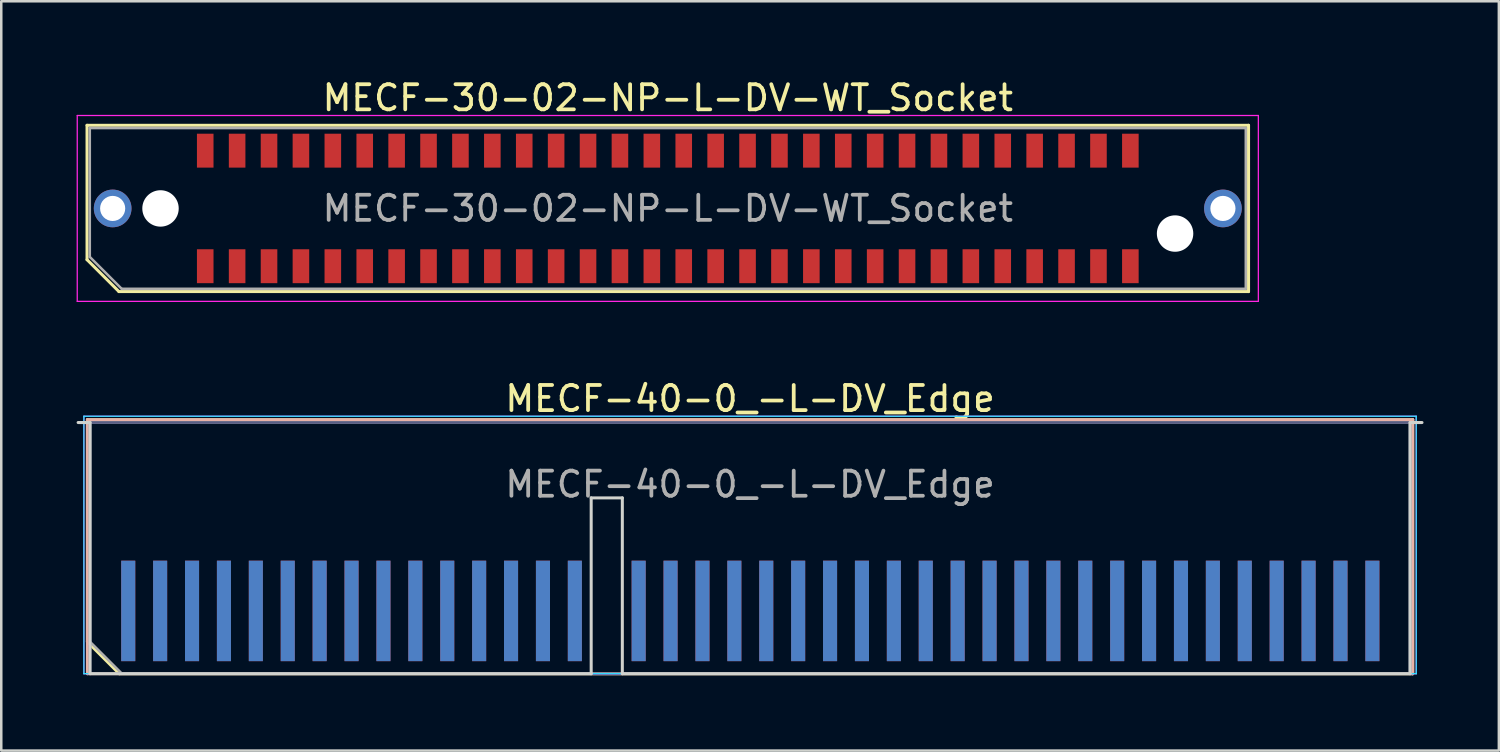
<source format=kicad_pcb>
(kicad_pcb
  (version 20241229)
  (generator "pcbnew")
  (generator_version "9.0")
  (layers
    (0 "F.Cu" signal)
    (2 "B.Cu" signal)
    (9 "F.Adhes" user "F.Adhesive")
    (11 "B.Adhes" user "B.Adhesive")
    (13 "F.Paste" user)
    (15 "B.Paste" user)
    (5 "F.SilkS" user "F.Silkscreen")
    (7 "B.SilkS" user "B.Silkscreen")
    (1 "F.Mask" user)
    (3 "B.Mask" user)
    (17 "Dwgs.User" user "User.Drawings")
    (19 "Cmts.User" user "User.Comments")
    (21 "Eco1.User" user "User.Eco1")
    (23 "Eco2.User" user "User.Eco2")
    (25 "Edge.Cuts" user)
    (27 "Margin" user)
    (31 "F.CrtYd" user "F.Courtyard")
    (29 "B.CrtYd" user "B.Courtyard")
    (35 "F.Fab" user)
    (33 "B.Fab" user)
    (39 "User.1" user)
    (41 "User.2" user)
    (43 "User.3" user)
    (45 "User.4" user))
  (footprint "MECF-40-0_-L-DV_Edge"
    (layer "F.Cu")
    (at 26.81 18.771)
    (property "Reference" "MECF-40-0_-L-DV_Edge" (at 0 -5.95 0) (layer "F.SilkS") (effects (font (size 1 1) (thickness 0.15))))
    (attr exclude_from_pos_files exclude_from_bom)
    (fp_line (start -26.38 -5.11) (end 26.38 -5.11) (stroke (width 0.12) (type solid)) (layer "F.SilkS"))
    (fp_line (start -26.38 3.73) (end -26.38 -5.11) (stroke (width 0.12) (type solid)) (layer "F.SilkS"))
    (fp_line (start -25.11 5) (end -26.38 3.73) (stroke (width 0.12) (type solid)) (layer "F.SilkS"))
    (fp_line (start -25.11 5) (end 26.38 5) (stroke (width 0.12) (type solid)) (layer "F.SilkS"))
    (fp_line (start 26.38 5) (end 26.38 -5.11) (stroke (width 0.12) (type solid)) (layer "F.SilkS"))
    (fp_line (start -26.38 -5.11) (end 26.38 -5.11) (stroke (width 0.12) (type solid)) (layer "B.SilkS"))
    (fp_line (start -26.38 5) (end -26.38 -5.11) (stroke (width 0.12) (type solid)) (layer "B.SilkS"))
    (fp_line (start -26.38 5) (end 26.38 5) (stroke (width 0.12) (type solid)) (layer "B.SilkS"))
    (fp_line (start 26.38 5) (end 26.38 -5.11) (stroke (width 0.12) (type solid)) (layer "B.SilkS"))
    (fp_line (start -26.75 -5) (end -26.275 -5) (stroke (width 0.12) (type solid)) (layer "Edge.Cuts"))
    (fp_line (start -26.275 5) (end -26.275 -5) (stroke (width 0.12) (type solid)) (layer "Edge.Cuts"))
    (fp_line (start -26.275 5) (end -6.325 5) (stroke (width 0.12) (type solid)) (layer "Edge.Cuts"))
    (fp_line (start -6.325 -2) (end -5.085 -2) (stroke (width 0.12) (type solid)) (layer "Edge.Cuts"))
    (fp_line (start -6.325 5) (end -6.325 -2) (stroke (width 0.12) (type solid)) (layer "Edge.Cuts"))
    (fp_line (start -5.085 5) (end -5.085 -2) (stroke (width 0.12) (type solid)) (layer "Edge.Cuts"))
    (fp_line (start -5.085 5) (end 26.275 5) (stroke (width 0.12) (type solid)) (layer "Edge.Cuts"))
    (fp_line (start 26.275 5) (end 26.275 -5) (stroke (width 0.12) (type solid)) (layer "Edge.Cuts"))
    (fp_line (start 26.75 -5) (end 26.275 -5) (stroke (width 0.12) (type solid)) (layer "Edge.Cuts"))
    (fp_line (start -26.52 -5.25) (end -26.52 5) (stroke (width 0.05) (type solid)) (layer "B.CrtYd"))
    (fp_line (start -26.52 5) (end 26.52 5) (stroke (width 0.05) (type solid)) (layer "B.CrtYd"))
    (fp_line (start 26.52 -5.25) (end -26.52 -5.25) (stroke (width 0.05) (type solid)) (layer "B.CrtYd"))
    (fp_line (start 26.52 5) (end 26.52 -5.25) (stroke (width 0.05) (type solid)) (layer "B.CrtYd"))
    (fp_line (start -26.52 -5.25) (end -26.52 5) (stroke (width 0.05) (type solid)) (layer "F.CrtYd"))
    (fp_line (start -26.52 5) (end 26.52 5) (stroke (width 0.05) (type solid)) (layer "F.CrtYd"))
    (fp_line (start 26.52 -5.25) (end -26.52 -5.25) (stroke (width 0.05) (type solid)) (layer "F.CrtYd"))
    (fp_line (start 26.52 5) (end 26.52 -5.25) (stroke (width 0.05) (type solid)) (layer "F.CrtYd"))
    (fp_line (start -26.275 -5) (end 26.275 -5) (stroke (width 0.1) (type solid)) (layer "B.Fab"))
    (fp_line (start -26.275 5) (end -26.275 -5) (stroke (width 0.1) (type solid)) (layer "B.Fab"))
    (fp_line (start -26.275 5) (end 26.275 5) (stroke (width 0.1) (type solid)) (layer "B.Fab"))
    (fp_line (start 26.275 5) (end 26.275 -5) (stroke (width 0.1) (type solid)) (layer "B.Fab"))
    (fp_line (start -26.275 -5) (end 26.275 -5) (stroke (width 0.1) (type solid)) (layer "F.Fab"))
    (fp_line (start -26.275 3.73) (end -26.275 -5) (stroke (width 0.1) (type solid)) (layer "F.Fab"))
    (fp_line (start -26.275 3.73) (end -25.005 5) (stroke (width 0.1) (type solid)) (layer "F.Fab"))
    (fp_line (start -25.005 5) (end 26.275 5) (stroke (width 0.1) (type solid)) (layer "F.Fab"))
    (fp_line (start 26.275 5) (end 26.275 -5) (stroke (width 0.1) (type solid)) (layer "F.Fab"))
    (fp_text user "${REFERENCE}" (at 0 -2.54 0) (layer "F.Fab") (effects (font (size 1 1) (thickness 0.15))))
    (pad "1" smd rect (at -24.755 2.5) (size 0.56 4) (layers "F.Cu" "F.Mask" "F.Paste"))
    (pad "2" smd rect (at -24.755 2.5) (size 0.56 4) (layers "B.Cu" "B.Mask" "B.Paste"))
    (pad "3" smd rect (at -23.485 2.5) (size 0.56 4) (layers "F.Cu" "F.Mask" "F.Paste"))
    (pad "4" smd rect (at -23.485 2.5) (size 0.56 4) (layers "B.Cu" "B.Mask" "B.Paste"))
    (pad "5" smd rect (at -22.215 2.5) (size 0.56 4) (layers "F.Cu" "F.Mask" "F.Paste"))
    (pad "6" smd rect (at -22.215 2.5) (size 0.56 4) (layers "B.Cu" "B.Mask" "B.Paste"))
    (pad "7" smd rect (at -20.945 2.5) (size 0.56 4) (layers "F.Cu" "F.Mask" "F.Paste"))
    (pad "8" smd rect (at -20.945 2.5) (size 0.56 4) (layers "B.Cu" "B.Mask" "B.Paste"))
    (pad "9" smd rect (at -19.675 2.5) (size 0.56 4) (layers "F.Cu" "F.Mask" "F.Paste"))
    (pad "10" smd rect (at -19.675 2.5) (size 0.56 4) (layers "B.Cu" "B.Mask" "B.Paste"))
    (pad "11" smd rect (at -18.405 2.5) (size 0.56 4) (layers "F.Cu" "F.Mask" "F.Paste"))
    (pad "12" smd rect (at -18.405 2.5) (size 0.56 4) (layers "B.Cu" "B.Mask" "B.Paste"))
    (pad "13" smd rect (at -17.135 2.5) (size 0.56 4) (layers "F.Cu" "F.Mask" "F.Paste"))
    (pad "14" smd rect (at -17.135 2.5) (size 0.56 4) (layers "B.Cu" "B.Mask" "B.Paste"))
    (pad "15" smd rect (at -15.865 2.5) (size 0.56 4) (layers "F.Cu" "F.Mask" "F.Paste"))
    (pad "16" smd rect (at -15.865 2.5) (size 0.56 4) (layers "B.Cu" "B.Mask" "B.Paste"))
    (pad "17" smd rect (at -14.595 2.5) (size 0.56 4) (layers "F.Cu" "F.Mask" "F.Paste"))
    (pad "18" smd rect (at -14.595 2.5) (size 0.56 4) (layers "B.Cu" "B.Mask" "B.Paste"))
    (pad "19" smd rect (at -13.325 2.5) (size 0.56 4) (layers "F.Cu" "F.Mask" "F.Paste"))
    (pad "20" smd rect (at -13.325 2.5) (size 0.56 4) (layers "B.Cu" "B.Mask" "B.Paste"))
    (pad "21" smd rect (at -12.055 2.5) (size 0.56 4) (layers "F.Cu" "F.Mask" "F.Paste"))
    (pad "22" smd rect (at -12.055 2.5) (size 0.56 4) (layers "B.Cu" "B.Mask" "B.Paste"))
    (pad "23" smd rect (at -10.785 2.5) (size 0.56 4) (layers "F.Cu" "F.Mask" "F.Paste"))
    (pad "24" smd rect (at -10.785 2.5) (size 0.56 4) (layers "B.Cu" "B.Mask" "B.Paste"))
    (pad "25" smd rect (at -9.515 2.5) (size 0.56 4) (layers "F.Cu" "F.Mask" "F.Paste"))
    (pad "26" smd rect (at -9.515 2.5) (size 0.56 4) (layers "B.Cu" "B.Mask" "B.Paste"))
    (pad "27" smd rect (at -8.245 2.5) (size 0.56 4) (layers "F.Cu" "F.Mask" "F.Paste"))
    (pad "28" smd rect (at -8.245 2.5) (size 0.56 4) (layers "B.Cu" "B.Mask" "B.Paste"))
    (pad "29" smd rect (at -6.975 2.5) (size 0.56 4) (layers "F.Cu" "F.Mask" "F.Paste"))
    (pad "30" smd rect (at -6.975 2.5) (size 0.56 4) (layers "B.Cu" "B.Mask" "B.Paste"))
    (pad "33" smd rect (at -4.435 2.5) (size 0.56 4) (layers "F.Cu" "F.Mask" "F.Paste"))
    (pad "34" smd rect (at -4.435 2.5) (size 0.56 4) (layers "B.Cu" "B.Mask" "B.Paste"))
    (pad "35" smd rect (at -3.165 2.5) (size 0.56 4) (layers "F.Cu" "F.Mask" "F.Paste"))
    (pad "36" smd rect (at -3.165 2.5) (size 0.56 4) (layers "B.Cu" "B.Mask" "B.Paste"))
    (pad "37" smd rect (at -1.895 2.5) (size 0.56 4) (layers "F.Cu" "F.Mask" "F.Paste"))
    (pad "38" smd rect (at -1.895 2.5) (size 0.56 4) (layers "B.Cu" "B.Mask" "B.Paste"))
    (pad "39" smd rect (at -0.625 2.5) (size 0.56 4) (layers "F.Cu" "F.Mask" "F.Paste"))
    (pad "40" smd rect (at -0.625 2.5) (size 0.56 4) (layers "B.Cu" "B.Mask" "B.Paste"))
    (pad "41" smd rect (at 0.645 2.5) (size 0.56 4) (layers "F.Cu" "F.Mask" "F.Paste"))
    (pad "42" smd rect (at 0.645 2.5) (size 0.56 4) (layers "B.Cu" "B.Mask" "B.Paste"))
    (pad "43" smd rect (at 1.915 2.5) (size 0.56 4) (layers "F.Cu" "F.Mask" "F.Paste"))
    (pad "44" smd rect (at 1.915 2.5) (size 0.56 4) (layers "B.Cu" "B.Mask" "B.Paste"))
    (pad "45" smd rect (at 3.185 2.5) (size 0.56 4) (layers "F.Cu" "F.Mask" "F.Paste"))
    (pad "46" smd rect (at 3.185 2.5) (size 0.56 4) (layers "B.Cu" "B.Mask" "B.Paste"))
    (pad "47" smd rect (at 4.455 2.5) (size 0.56 4) (layers "F.Cu" "F.Mask" "F.Paste"))
    (pad "48" smd rect (at 4.455 2.5) (size 0.56 4) (layers "B.Cu" "B.Mask" "B.Paste"))
    (pad "49" smd rect (at 5.725 2.5) (size 0.56 4) (layers "F.Cu" "F.Mask" "F.Paste"))
    (pad "50" smd rect (at 5.725 2.5) (size 0.56 4) (layers "B.Cu" "B.Mask" "B.Paste"))
    (pad "51" smd rect (at 6.995 2.5) (size 0.56 4) (layers "F.Cu" "F.Mask" "F.Paste"))
    (pad "52" smd rect (at 6.995 2.5) (size 0.56 4) (layers "B.Cu" "B.Mask" "B.Paste"))
    (pad "53" smd rect (at 8.265 2.5) (size 0.56 4) (layers "F.Cu" "F.Mask" "F.Paste"))
    (pad "54" smd rect (at 8.265 2.5) (size 0.56 4) (layers "B.Cu" "B.Mask" "B.Paste"))
    (pad "55" smd rect (at 9.535 2.5) (size 0.56 4) (layers "F.Cu" "F.Mask" "F.Paste"))
    (pad "56" smd rect (at 9.535 2.5) (size 0.56 4) (layers "B.Cu" "B.Mask" "B.Paste"))
    (pad "57" smd rect (at 10.805 2.5) (size 0.56 4) (layers "F.Cu" "F.Mask" "F.Paste"))
    (pad "58" smd rect (at 10.805 2.5) (size 0.56 4) (layers "B.Cu" "B.Mask" "B.Paste"))
    (pad "59" smd rect (at 12.075 2.5) (size 0.56 4) (layers "F.Cu" "F.Mask" "F.Paste"))
    (pad "60" smd rect (at 12.075 2.5) (size 0.56 4) (layers "B.Cu" "B.Mask" "B.Paste"))
    (pad "61" smd rect (at 13.345 2.5) (size 0.56 4) (layers "F.Cu" "F.Mask" "F.Paste"))
    (pad "62" smd rect (at 13.345 2.5) (size 0.56 4) (layers "B.Cu" "B.Mask" "B.Paste"))
    (pad "63" smd rect (at 14.615 2.5) (size 0.56 4) (layers "F.Cu" "F.Mask" "F.Paste"))
    (pad "64" smd rect (at 14.615 2.5) (size 0.56 4) (layers "B.Cu" "B.Mask" "B.Paste"))
    (pad "65" smd rect (at 15.885 2.5) (size 0.56 4) (layers "F.Cu" "F.Mask" "F.Paste"))
    (pad "66" smd rect (at 15.885 2.5) (size 0.56 4) (layers "B.Cu" "B.Mask" "B.Paste"))
    (pad "67" smd rect (at 17.155 2.5) (size 0.56 4) (layers "F.Cu" "F.Mask" "F.Paste"))
    (pad "68" smd rect (at 17.155 2.5) (size 0.56 4) (layers "B.Cu" "B.Mask" "B.Paste"))
    (pad "69" smd rect (at 18.425 2.5) (size 0.56 4) (layers "F.Cu" "F.Mask" "F.Paste"))
    (pad "70" smd rect (at 18.425 2.5) (size 0.56 4) (layers "B.Cu" "B.Mask" "B.Paste"))
    (pad "71" smd rect (at 19.695 2.5) (size 0.56 4) (layers "F.Cu" "F.Mask" "F.Paste"))
    (pad "72" smd rect (at 19.695 2.5) (size 0.56 4) (layers "B.Cu" "B.Mask" "B.Paste"))
    (pad "73" smd rect (at 20.965 2.5) (size 0.56 4) (layers "F.Cu" "F.Mask" "F.Paste"))
    (pad "74" smd rect (at 20.965 2.5) (size 0.56 4) (layers "B.Cu" "B.Mask" "B.Paste"))
    (pad "75" smd rect (at 22.235 2.5) (size 0.56 4) (layers "F.Cu" "F.Mask" "F.Paste"))
    (pad "76" smd rect (at 22.235 2.5) (size 0.56 4) (layers "B.Cu" "B.Mask" "B.Paste"))
    (pad "77" smd rect (at 23.505 2.5) (size 0.56 4) (layers "F.Cu" "F.Mask" "F.Paste"))
    (pad "78" smd rect (at 23.505 2.5) (size 0.56 4) (layers "B.Cu" "B.Mask" "B.Paste"))
    (pad "79" smd rect (at 24.775 2.5) (size 0.56 4) (layers "F.Cu" "F.Mask" "F.Paste"))
    (pad "80" smd rect (at 24.775 2.5) (size 0.56 4) (layers "B.Cu" "B.Mask" "B.Paste")))
  (footprint "MECF-30-02-NP-L-DV-WT_Socket"
    (layer "F.Cu")
    (at 23.535 5.248)
    (property "Reference" "MECF-30-02-NP-L-DV-WT_Socket" (at 0 -4.4 0) (layer "F.SilkS") (effects (font (size 1 1) (thickness 0.15))))
    (attr smd)
    (fp_line (start -23.12 -3.31) (end 23.12 -3.31) (stroke (width 0.12) (type solid)) (layer "F.SilkS"))
    (fp_line (start -23.12 2.04) (end -23.12 -3.31) (stroke (width 0.12) (type solid)) (layer "F.SilkS"))
    (fp_line (start -21.85 3.31) (end -23.12 2.04) (stroke (width 0.12) (type solid)) (layer "F.SilkS"))
    (fp_line (start -21.85 3.31) (end 23.12 3.31) (stroke (width 0.12) (type solid)) (layer "F.SilkS"))
    (fp_line (start 23.12 3.31) (end 23.12 -3.31) (stroke (width 0.12) (type solid)) (layer "F.SilkS"))
    (fp_line (start -23.51 -3.7) (end -23.51 3.7) (stroke (width 0.05) (type solid)) (layer "F.CrtYd"))
    (fp_line (start -23.51 3.7) (end 23.51 3.7) (stroke (width 0.05) (type solid)) (layer "F.CrtYd"))
    (fp_line (start 23.51 -3.7) (end -23.51 -3.7) (stroke (width 0.05) (type solid)) (layer "F.CrtYd"))
    (fp_line (start 23.51 3.7) (end 23.51 -3.7) (stroke (width 0.05) (type solid)) (layer "F.CrtYd"))
    (fp_line (start -23.01 -3.2) (end 23.01 -3.2) (stroke (width 0.1) (type solid)) (layer "F.Fab"))
    (fp_line (start -23.01 1.93) (end -23.01 -3.2) (stroke (width 0.1) (type solid)) (layer "F.Fab"))
    (fp_line (start -23.01 1.93) (end -21.74 3.2) (stroke (width 0.1) (type solid)) (layer "F.Fab"))
    (fp_line (start -21.74 3.2) (end 23.01 3.2) (stroke (width 0.1) (type solid)) (layer "F.Fab"))
    (fp_line (start 23.01 3.2) (end 23.01 -3.2) (stroke (width 0.1) (type solid)) (layer "F.Fab"))
    (fp_text user "${REFERENCE}" (at 0 0 0) (layer "F.Fab") (effects (font (size 1 1) (thickness 0.15))))
    (pad "" thru_hole circle (at -22.1 0) (size 1.5 1.5) (drill 1) (layers "*.Cu" "*.Mask"))
    (pad "" np_thru_hole circle (at -20.195 0) (size 1.45 1.45) (drill 1.45) (layers "*.Cu" "*.Mask"))
    (pad "" np_thru_hole circle (at 20.195 1) (size 1.45 1.45) (drill 1.45) (layers "*.Cu" "*.Mask"))
    (pad "" thru_hole circle (at 22.1 0) (size 1.5 1.5) (drill 1) (layers "*.Cu" "*.Mask"))
    (pad "1" smd rect (at -18.415 2.3) (size 0.66 1.35) (layers "F.Cu" "F.Mask" "F.Paste"))
    (pad "2" smd rect (at -18.415 -2.3) (size 0.66 1.35) (layers "F.Cu" "F.Mask" "F.Paste"))
    (pad "3" smd rect (at -17.145 2.3) (size 0.66 1.35) (layers "F.Cu" "F.Mask" "F.Paste"))
    (pad "4" smd rect (at -17.145 -2.3) (size 0.66 1.35) (layers "F.Cu" "F.Mask" "F.Paste"))
    (pad "5" smd rect (at -15.875 2.3) (size 0.66 1.35) (layers "F.Cu" "F.Mask" "F.Paste"))
    (pad "6" smd rect (at -15.875 -2.3) (size 0.66 1.35) (layers "F.Cu" "F.Mask" "F.Paste"))
    (pad "7" smd rect (at -14.605 2.3) (size 0.66 1.35) (layers "F.Cu" "F.Mask" "F.Paste"))
    (pad "8" smd rect (at -14.605 -2.3) (size 0.66 1.35) (layers "F.Cu" "F.Mask" "F.Paste"))
    (pad "9" smd rect (at -13.335 2.3) (size 0.66 1.35) (layers "F.Cu" "F.Mask" "F.Paste"))
    (pad "10" smd rect (at -13.335 -2.3) (size 0.66 1.35) (layers "F.Cu" "F.Mask" "F.Paste"))
    (pad "11" smd rect (at -12.065 2.3) (size 0.66 1.35) (layers "F.Cu" "F.Mask" "F.Paste"))
    (pad "12" smd rect (at -12.065 -2.3) (size 0.66 1.35) (layers "F.Cu" "F.Mask" "F.Paste"))
    (pad "13" smd rect (at -10.795 2.3) (size 0.66 1.35) (layers "F.Cu" "F.Mask" "F.Paste"))
    (pad "14" smd rect (at -10.795 -2.3) (size 0.66 1.35) (layers "F.Cu" "F.Mask" "F.Paste"))
    (pad "15" smd rect (at -9.525 2.3) (size 0.66 1.35) (layers "F.Cu" "F.Mask" "F.Paste"))
    (pad "16" smd rect (at -9.525 -2.3) (size 0.66 1.35) (layers "F.Cu" "F.Mask" "F.Paste"))
    (pad "17" smd rect (at -8.255 2.3) (size 0.66 1.35) (layers "F.Cu" "F.Mask" "F.Paste"))
    (pad "18" smd rect (at -8.255 -2.3) (size 0.66 1.35) (layers "F.Cu" "F.Mask" "F.Paste"))
    (pad "19" smd rect (at -6.985 2.3) (size 0.66 1.35) (layers "F.Cu" "F.Mask" "F.Paste"))
    (pad "20" smd rect (at -6.985 -2.3) (size 0.66 1.35) (layers "F.Cu" "F.Mask" "F.Paste"))
    (pad "21" smd rect (at -5.715 2.3) (size 0.66 1.35) (layers "F.Cu" "F.Mask" "F.Paste"))
    (pad "22" smd rect (at -5.715 -2.3) (size 0.66 1.35) (layers "F.Cu" "F.Mask" "F.Paste"))
    (pad "23" smd rect (at -4.445 2.3) (size 0.66 1.35) (layers "F.Cu" "F.Mask" "F.Paste"))
    (pad "24" smd rect (at -4.445 -2.3) (size 0.66 1.35) (layers "F.Cu" "F.Mask" "F.Paste"))
    (pad "25" smd rect (at -3.175 2.3) (size 0.66 1.35) (layers "F.Cu" "F.Mask" "F.Paste"))
    (pad "26" smd rect (at -3.175 -2.3) (size 0.66 1.35) (layers "F.Cu" "F.Mask" "F.Paste"))
    (pad "27" smd rect (at -1.905 2.3) (size 0.66 1.35) (layers "F.Cu" "F.Mask" "F.Paste"))
    (pad "28" smd rect (at -1.905 -2.3) (size 0.66 1.35) (layers "F.Cu" "F.Mask" "F.Paste"))
    (pad "29" smd rect (at -0.635 2.3) (size 0.66 1.35) (layers "F.Cu" "F.Mask" "F.Paste"))
    (pad "30" smd rect (at -0.635 -2.3) (size 0.66 1.35) (layers "F.Cu" "F.Mask" "F.Paste"))
    (pad "31" smd rect (at 0.635 2.3) (size 0.66 1.35) (layers "F.Cu" "F.Mask" "F.Paste"))
    (pad "32" smd rect (at 0.635 -2.3) (size 0.66 1.35) (layers "F.Cu" "F.Mask" "F.Paste"))
    (pad "33" smd rect (at 1.905 2.3) (size 0.66 1.35) (layers "F.Cu" "F.Mask" "F.Paste"))
    (pad "34" smd rect (at 1.905 -2.3) (size 0.66 1.35) (layers "F.Cu" "F.Mask" "F.Paste"))
    (pad "35" smd rect (at 3.175 2.3) (size 0.66 1.35) (layers "F.Cu" "F.Mask" "F.Paste"))
    (pad "36" smd rect (at 3.175 -2.3) (size 0.66 1.35) (layers "F.Cu" "F.Mask" "F.Paste"))
    (pad "37" smd rect (at 4.445 2.3) (size 0.66 1.35) (layers "F.Cu" "F.Mask" "F.Paste"))
    (pad "38" smd rect (at 4.445 -2.3) (size 0.66 1.35) (layers "F.Cu" "F.Mask" "F.Paste"))
    (pad "39" smd rect (at 5.715 2.3) (size 0.66 1.35) (layers "F.Cu" "F.Mask" "F.Paste"))
    (pad "40" smd rect (at 5.715 -2.3) (size 0.66 1.35) (layers "F.Cu" "F.Mask" "F.Paste"))
    (pad "41" smd rect (at 6.985 2.3) (size 0.66 1.35) (layers "F.Cu" "F.Mask" "F.Paste"))
    (pad "42" smd rect (at 6.985 -2.3) (size 0.66 1.35) (layers "F.Cu" "F.Mask" "F.Paste"))
    (pad "43" smd rect (at 8.255 2.3) (size 0.66 1.35) (layers "F.Cu" "F.Mask" "F.Paste"))
    (pad "44" smd rect (at 8.255 -2.3) (size 0.66 1.35) (layers "F.Cu" "F.Mask" "F.Paste"))
    (pad "45" smd rect (at 9.525 2.3) (size 0.66 1.35) (layers "F.Cu" "F.Mask" "F.Paste"))
    (pad "46" smd rect (at 9.525 -2.3) (size 0.66 1.35) (layers "F.Cu" "F.Mask" "F.Paste"))
    (pad "47" smd rect (at 10.795 2.3) (size 0.66 1.35) (layers "F.Cu" "F.Mask" "F.Paste"))
    (pad "48" smd rect (at 10.795 -2.3) (size 0.66 1.35) (layers "F.Cu" "F.Mask" "F.Paste"))
    (pad "49" smd rect (at 12.065 2.3) (size 0.66 1.35) (layers "F.Cu" "F.Mask" "F.Paste"))
    (pad "50" smd rect (at 12.065 -2.3) (size 0.66 1.35) (layers "F.Cu" "F.Mask" "F.Paste"))
    (pad "51" smd rect (at 13.335 2.3) (size 0.66 1.35) (layers "F.Cu" "F.Mask" "F.Paste"))
    (pad "52" smd rect (at 13.335 -2.3) (size 0.66 1.35) (layers "F.Cu" "F.Mask" "F.Paste"))
    (pad "53" smd rect (at 14.605 2.3) (size 0.66 1.35) (layers "F.Cu" "F.Mask" "F.Paste"))
    (pad "54" smd rect (at 14.605 -2.3) (size 0.66 1.35) (layers "F.Cu" "F.Mask" "F.Paste"))
    (pad "55" smd rect (at 15.875 2.3) (size 0.66 1.35) (layers "F.Cu" "F.Mask" "F.Paste"))
    (pad "56" smd rect (at 15.875 -2.3) (size 0.66 1.35) (layers "F.Cu" "F.Mask" "F.Paste"))
    (pad "57" smd rect (at 17.145 2.3) (size 0.66 1.35) (layers "F.Cu" "F.Mask" "F.Paste"))
    (pad "58" smd rect (at 17.145 -2.3) (size 0.66 1.35) (layers "F.Cu" "F.Mask" "F.Paste"))
    (pad "59" smd rect (at 18.415 2.3) (size 0.66 1.35) (layers "F.Cu" "F.Mask" "F.Paste"))
    (pad "60" smd rect (at 18.415 -2.3) (size 0.66 1.35) (layers "F.Cu" "F.Mask" "F.Paste")))
  (gr_rect
    (start -3 -3)
    (end 56.62 26.831)
    (stroke (width 0.1) (type default))
    (fill no)
    (layer "Edge.Cuts")))
</source>
